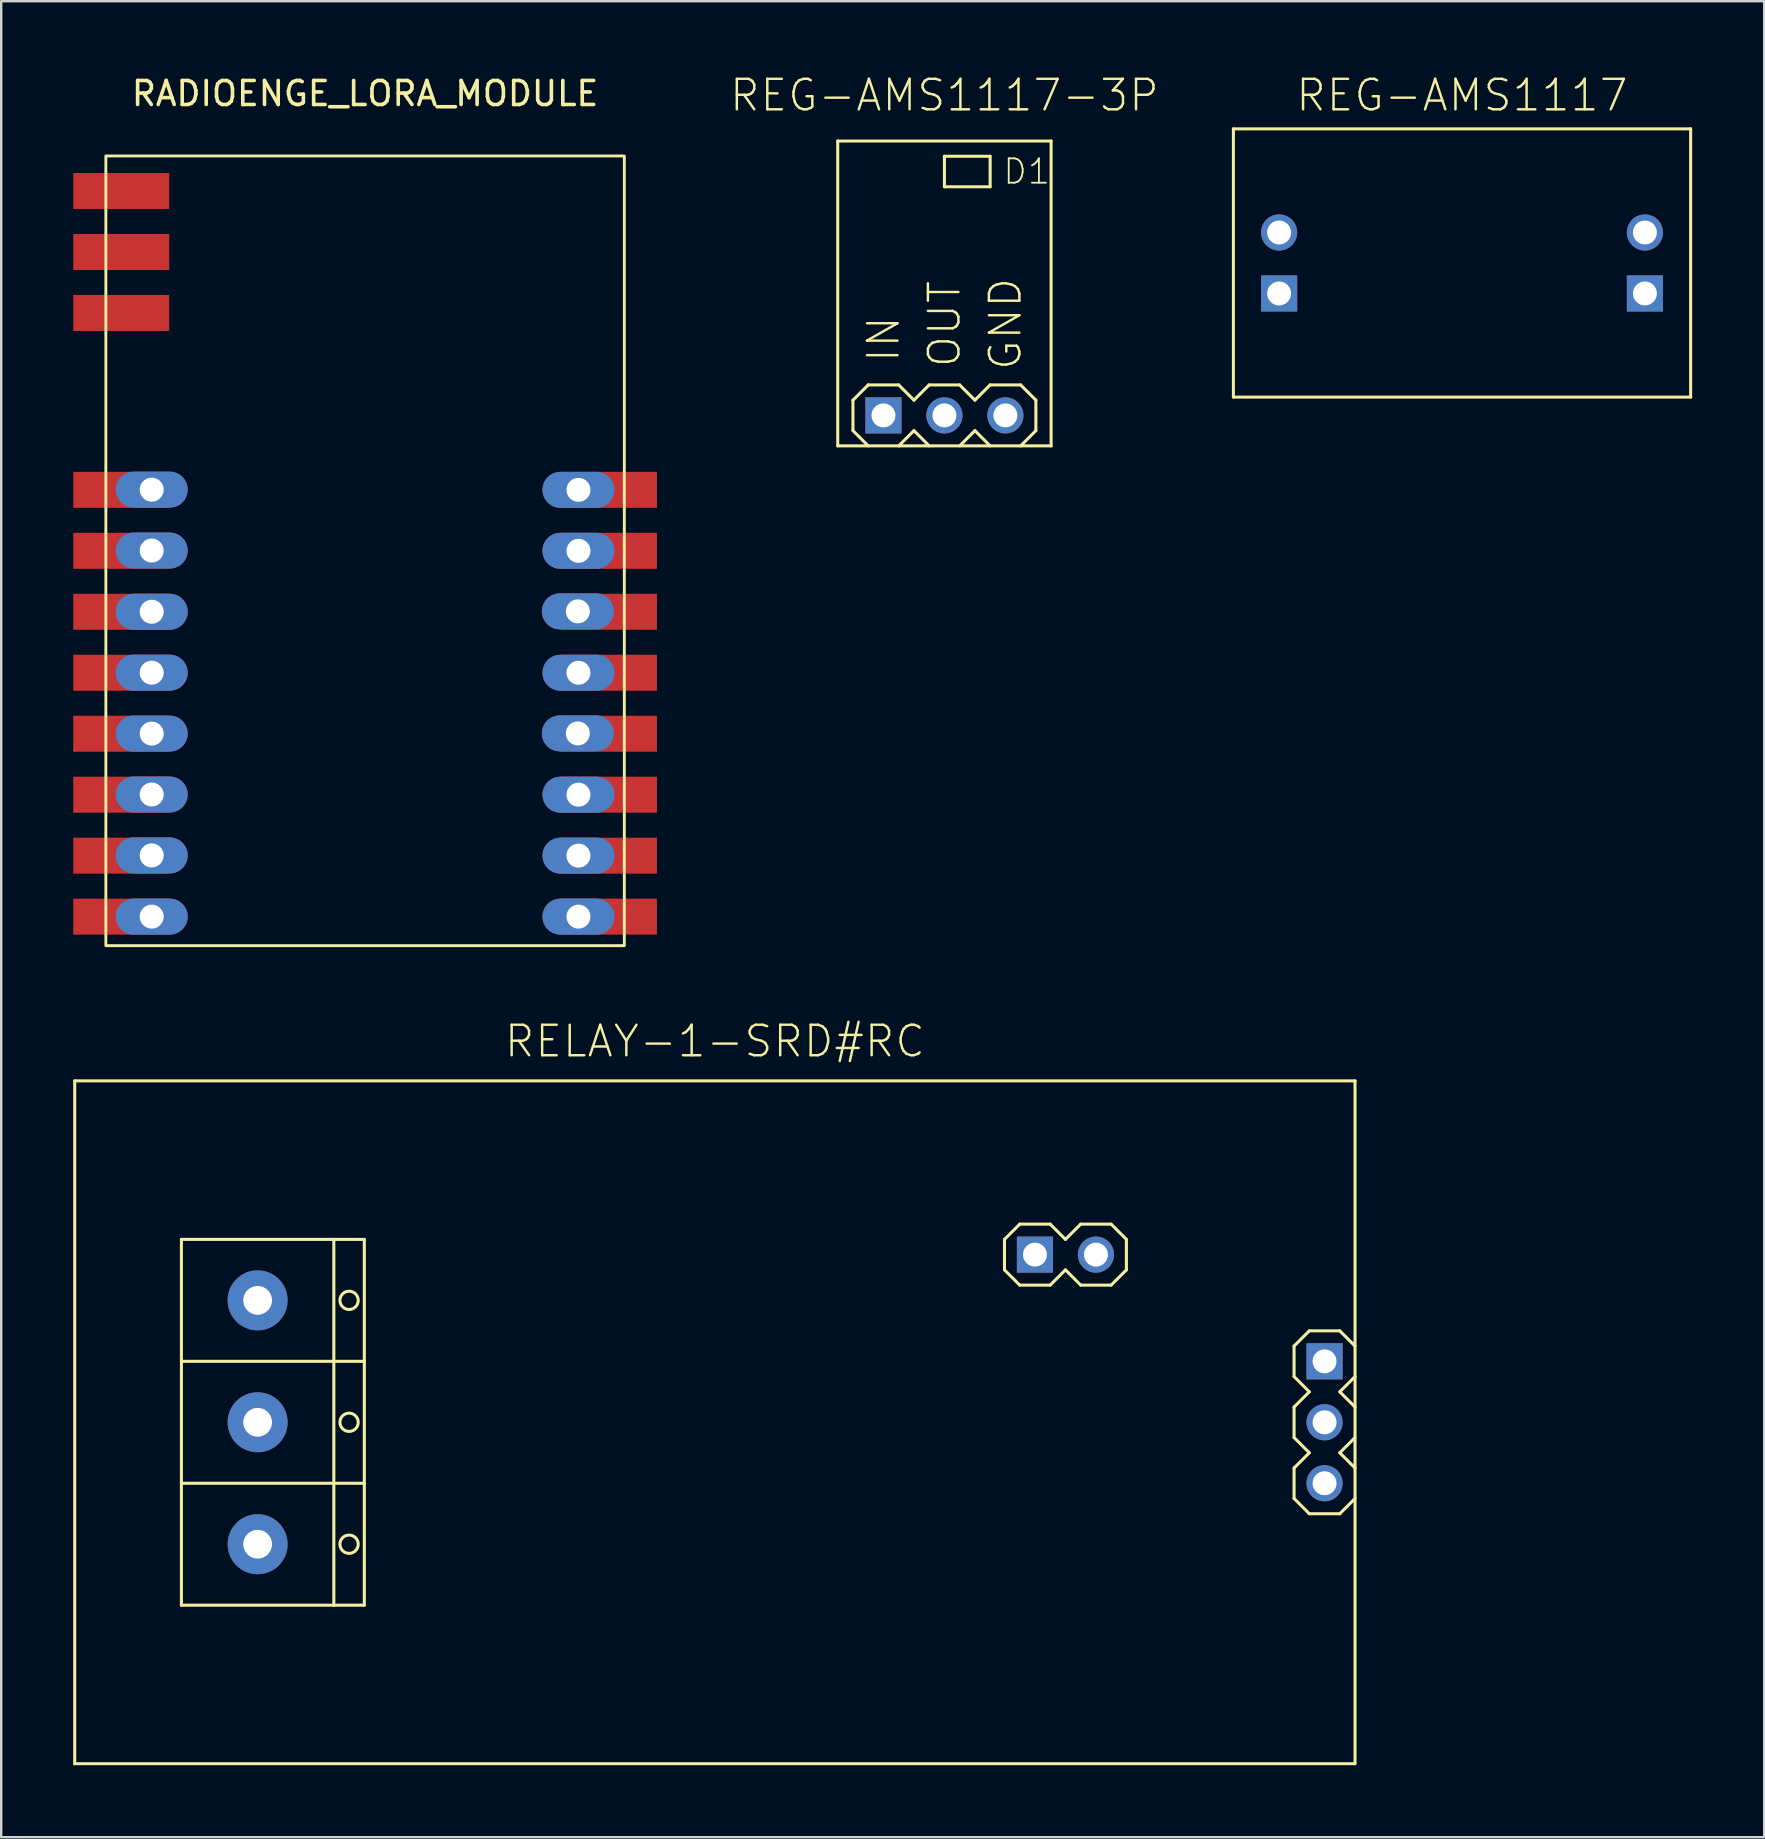
<source format=kicad_pcb>
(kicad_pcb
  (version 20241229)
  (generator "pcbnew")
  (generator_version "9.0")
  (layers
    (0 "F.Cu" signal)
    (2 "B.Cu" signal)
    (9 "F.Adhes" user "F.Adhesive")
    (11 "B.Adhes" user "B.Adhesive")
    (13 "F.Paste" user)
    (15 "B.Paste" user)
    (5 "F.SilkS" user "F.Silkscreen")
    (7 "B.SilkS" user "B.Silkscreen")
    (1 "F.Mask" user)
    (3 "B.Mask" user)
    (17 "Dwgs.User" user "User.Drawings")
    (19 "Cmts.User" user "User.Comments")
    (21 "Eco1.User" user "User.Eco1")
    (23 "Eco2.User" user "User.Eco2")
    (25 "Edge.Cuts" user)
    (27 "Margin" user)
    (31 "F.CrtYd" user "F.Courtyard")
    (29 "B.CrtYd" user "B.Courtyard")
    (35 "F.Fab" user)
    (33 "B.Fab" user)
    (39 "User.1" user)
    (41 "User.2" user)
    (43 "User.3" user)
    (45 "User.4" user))
  (footprint "RADIOENGE_LORA_MODULE"
    (layer "F.Cu")
    (at 12.16 19.898)
    (property "Reference" "RADIOENGE_LORA_MODULE" (at 0 -19.05 0) (unlocked yes) (layer "F.SilkS") (effects (font (size 1 1) (thickness 0.15))))
    (attr smd)
    (fp_rect (start -10.8 -16.45) (end 10.8 16.45) (stroke (width 0.12) (type solid)) (fill no) (layer "F.SilkS"))
    (pad "1" thru_hole oval (at 8.89 15.24) (size 3 1.5) (drill 1) (layers "*.Cu" "*.Mask"))
    (pad "1" smd rect (at 10.16 15.24) (size 4 1.5) (layers "F.Cu" "F.Mask" "F.Paste"))
    (pad "2" thru_hole oval (at 8.89 12.7) (size 3 1.5) (drill 1) (layers "*.Cu" "*.Mask"))
    (pad "2" smd rect (at 10.16 12.7) (size 4 1.5) (layers "F.Cu" "F.Mask" "F.Paste"))
    (pad "3" thru_hole oval (at 8.89 10.16) (size 3 1.5) (drill 1) (layers "*.Cu" "*.Mask"))
    (pad "3" smd rect (at 10.16 10.16) (size 4 1.5) (layers "F.Cu" "F.Mask" "F.Paste"))
    (pad "4" thru_hole oval (at 8.864 7.606) (size 3 1.5) (drill 1) (layers "*.Cu" "*.Mask"))
    (pad "4" smd rect (at 10.16 7.62) (size 4 1.5) (layers "F.Cu" "F.Mask" "F.Paste"))
    (pad "5" thru_hole oval (at 8.89 5.08) (size 3 1.5) (drill 1) (layers "*.Cu" "*.Mask"))
    (pad "5" smd rect (at 10.16 5.08) (size 4 1.5) (layers "F.Cu" "F.Mask" "F.Paste"))
    (pad "6" thru_hole oval (at 8.864 2.522) (size 3 1.5) (drill 1) (layers "*.Cu" "*.Mask"))
    (pad "6" smd rect (at 10.16 2.54) (size 4 1.5) (layers "F.Cu" "F.Mask" "F.Paste"))
    (pad "7" thru_hole oval (at 8.89 0) (size 3 1.5) (drill 1) (layers "*.Cu" "*.Mask"))
    (pad "7" smd rect (at 10.16 0) (size 4 1.5) (layers "F.Cu" "F.Mask" "F.Paste"))
    (pad "8" thru_hole oval (at 8.89 -2.54) (size 3 1.5) (drill 1) (layers "*.Cu" "*.Mask"))
    (pad "8" smd rect (at 10.16 -2.54) (size 4 1.5) (layers "F.Cu" "F.Mask" "F.Paste"))
    (pad "9" smd rect (at -10.16 15.24) (size 4 1.5) (layers "F.Cu" "F.Mask" "F.Paste"))
    (pad "9" thru_hole oval (at -8.89 15.24) (size 3 1.5) (drill 1) (layers "*.Cu" "*.Mask"))
    (pad "10" smd rect (at -10.16 12.7) (size 4 1.5) (layers "F.Cu" "F.Mask" "F.Paste"))
    (pad "10" thru_hole oval (at -8.89 12.691) (size 3 1.5) (drill 1) (layers "*.Cu" "*.Mask"))
    (pad "11" smd rect (at -10.16 10.16) (size 4 1.5) (layers "F.Cu" "F.Mask" "F.Paste"))
    (pad "11" thru_hole oval (at -8.89 10.153) (size 3 1.5) (drill 1) (layers "*.Cu" "*.Mask"))
    (pad "12" smd rect (at -10.16 7.62) (size 4 1.5) (layers "F.Cu" "F.Mask" "F.Paste"))
    (pad "12" thru_hole oval (at -8.89 7.615) (size 3 1.5) (drill 1) (layers "*.Cu" "*.Mask"))
    (pad "13" smd rect (at -10.16 5.08) (size 4 1.5) (layers "F.Cu" "F.Mask" "F.Paste"))
    (pad "13" thru_hole oval (at -8.89 5.077) (size 3 1.5) (drill 1) (layers "*.Cu" "*.Mask"))
    (pad "14" smd rect (at -10.16 2.54) (size 4 1.5) (layers "F.Cu" "F.Mask" "F.Paste"))
    (pad "14" thru_hole oval (at -8.89 2.539) (size 3 1.5) (drill 1) (layers "*.Cu" "*.Mask"))
    (pad "15" smd rect (at -10.16 0) (size 4 1.5) (layers "F.Cu" "F.Mask" "F.Paste"))
    (pad "15" thru_hole oval (at -8.89 -0.011) (size 3 1.5) (drill 1) (layers "*.Cu" "*.Mask"))
    (pad "16" smd rect (at -10.16 -2.54) (size 4 1.5) (layers "F.Cu" "F.Mask" "F.Paste"))
    (pad "16" thru_hole oval (at -8.89 -2.548) (size 3 1.5) (drill 1) (layers "*.Cu" "*.Mask"))
    (pad "17" smd rect (at -10.16 -14.99) (size 4 1.5) (layers "F.Cu" "F.Mask" "F.Paste"))
    (pad "18" smd rect (at -10.16 -12.45) (size 4 1.5) (layers "F.Cu" "F.Mask" "F.Paste"))
    (pad "19" smd rect (at -10.16 -9.91) (size 4 1.5) (layers "F.Cu" "F.Mask" "F.Paste"))
    (zone (net_name "") (layers "F.Cu" "B.Cu") (hatch edge 0.508) (connect_pads) (min_thickness 0.254) (filled_areas_thickness no) (keepout (tracks not_allowed) (vias not_allowed) (pads not_allowed) (copperpour not_allowed) (footprints not_allowed)) (placement (enabled no)) (fill) (polygon (pts (xy 17.16 10.898) (xy 10.16 10.898) (xy 10.16 3.448) (xy 17.26 3.398)))))
  (footprint "RELAY-1-SRD#RC"
    (layer "F.Cu")
    (at 26.733 56.205)
    (property "Reference" "RELAY-1-SRD#RC" (at 0 -15.875 0) (layer "F.SilkS") (effects (font (size 1.27 1.27) (thickness 0.102))))
    (attr exclude_from_pos_files exclude_from_bom)
    (fp_line (start -26.67 -14.224) (end 26.67 -14.224) (stroke (width 0.127) (type solid)) (layer "F.SilkS"))
    (fp_line (start -26.67 14.224) (end -26.67 -14.224) (stroke (width 0.127) (type solid)) (layer "F.SilkS"))
    (fp_line (start -22.225 -7.62) (end -15.875 -7.62) (stroke (width 0.127) (type solid)) (layer "F.SilkS"))
    (fp_line (start -22.225 -2.54) (end -22.225 -7.62) (stroke (width 0.127) (type solid)) (layer "F.SilkS"))
    (fp_line (start -22.225 2.54) (end -22.225 -2.54) (stroke (width 0.127) (type solid)) (layer "F.SilkS"))
    (fp_line (start -22.225 2.54) (end -22.225 7.62) (stroke (width 0.127) (type solid)) (layer "F.SilkS"))
    (fp_line (start -22.225 7.62) (end -15.875 7.62) (stroke (width 0.127) (type solid)) (layer "F.SilkS"))
    (fp_line (start -15.875 -7.62) (end -15.875 7.62) (stroke (width 0.127) (type solid)) (layer "F.SilkS"))
    (fp_line (start -15.875 -7.62) (end -14.605 -7.62) (stroke (width 0.127) (type solid)) (layer "F.SilkS"))
    (fp_line (start -15.875 7.62) (end -14.605 7.62) (stroke (width 0.127) (type solid)) (layer "F.SilkS"))
    (fp_line (start -14.605 -7.62) (end -14.605 -2.54) (stroke (width 0.127) (type solid)) (layer "F.SilkS"))
    (fp_line (start -14.605 -2.54) (end -22.225 -2.54) (stroke (width 0.127) (type solid)) (layer "F.SilkS"))
    (fp_line (start -14.605 -2.54) (end -14.605 2.54) (stroke (width 0.127) (type solid)) (layer "F.SilkS"))
    (fp_line (start -14.605 2.54) (end -22.225 2.54) (stroke (width 0.127) (type solid)) (layer "F.SilkS"))
    (fp_line (start -14.605 7.62) (end -14.605 2.54) (stroke (width 0.127) (type solid)) (layer "F.SilkS"))
    (fp_line (start 12.065 -7.62) (end 12.7 -8.255) (stroke (width 0.127) (type solid)) (layer "F.SilkS"))
    (fp_line (start 12.065 -6.35) (end 12.065 -7.62) (stroke (width 0.127) (type solid)) (layer "F.SilkS"))
    (fp_line (start 12.7 -8.255) (end 13.97 -8.255) (stroke (width 0.127) (type solid)) (layer "F.SilkS"))
    (fp_line (start 12.7 -5.715) (end 12.065 -6.35) (stroke (width 0.127) (type solid)) (layer "F.SilkS"))
    (fp_line (start 13.97 -8.255) (end 14.605 -7.62) (stroke (width 0.127) (type solid)) (layer "F.SilkS"))
    (fp_line (start 13.97 -5.715) (end 12.7 -5.715) (stroke (width 0.127) (type solid)) (layer "F.SilkS"))
    (fp_line (start 14.605 -7.62) (end 15.24 -8.255) (stroke (width 0.127) (type solid)) (layer "F.SilkS"))
    (fp_line (start 14.605 -6.35) (end 13.97 -5.715) (stroke (width 0.127) (type solid)) (layer "F.SilkS"))
    (fp_line (start 15.24 -8.255) (end 16.51 -8.255) (stroke (width 0.127) (type solid)) (layer "F.SilkS"))
    (fp_line (start 15.24 -5.715) (end 14.605 -6.35) (stroke (width 0.127) (type solid)) (layer "F.SilkS"))
    (fp_line (start 16.51 -8.255) (end 17.145 -7.62) (stroke (width 0.127) (type solid)) (layer "F.SilkS"))
    (fp_line (start 16.51 -5.715) (end 15.24 -5.715) (stroke (width 0.127) (type solid)) (layer "F.SilkS"))
    (fp_line (start 17.145 -7.62) (end 17.145 -6.35) (stroke (width 0.127) (type solid)) (layer "F.SilkS"))
    (fp_line (start 17.145 -6.35) (end 16.51 -5.715) (stroke (width 0.127) (type solid)) (layer "F.SilkS"))
    (fp_line (start 24.13 -3.175) (end 24.765 -3.81) (stroke (width 0.127) (type solid)) (layer "F.SilkS"))
    (fp_line (start 24.13 -1.905) (end 24.13 -3.175) (stroke (width 0.127) (type solid)) (layer "F.SilkS"))
    (fp_line (start 24.13 -0.635) (end 24.765 -1.27) (stroke (width 0.127) (type solid)) (layer "F.SilkS"))
    (fp_line (start 24.13 0.635) (end 24.13 -0.635) (stroke (width 0.127) (type solid)) (layer "F.SilkS"))
    (fp_line (start 24.13 1.905) (end 24.765 1.27) (stroke (width 0.127) (type solid)) (layer "F.SilkS"))
    (fp_line (start 24.13 3.175) (end 24.13 1.905) (stroke (width 0.127) (type solid)) (layer "F.SilkS"))
    (fp_line (start 24.765 -3.81) (end 26.035 -3.81) (stroke (width 0.127) (type solid)) (layer "F.SilkS"))
    (fp_line (start 24.765 -1.27) (end 24.13 -1.905) (stroke (width 0.127) (type solid)) (layer "F.SilkS"))
    (fp_line (start 24.765 1.27) (end 24.13 0.635) (stroke (width 0.127) (type solid)) (layer "F.SilkS"))
    (fp_line (start 24.765 3.81) (end 24.13 3.175) (stroke (width 0.127) (type solid)) (layer "F.SilkS"))
    (fp_line (start 26.035 -3.81) (end 26.67 -3.175) (stroke (width 0.127) (type solid)) (layer "F.SilkS"))
    (fp_line (start 26.035 -1.27) (end 26.67 -0.635) (stroke (width 0.127) (type solid)) (layer "F.SilkS"))
    (fp_line (start 26.035 1.27) (end 26.67 1.905) (stroke (width 0.127) (type solid)) (layer "F.SilkS"))
    (fp_line (start 26.035 3.81) (end 24.765 3.81) (stroke (width 0.127) (type solid)) (layer "F.SilkS"))
    (fp_line (start 26.67 -14.224) (end 26.67 14.224) (stroke (width 0.127) (type solid)) (layer "F.SilkS"))
    (fp_line (start 26.67 -1.905) (end 26.035 -1.27) (stroke (width 0.127) (type solid)) (layer "F.SilkS"))
    (fp_line (start 26.67 0.635) (end 26.035 1.27) (stroke (width 0.127) (type solid)) (layer "F.SilkS"))
    (fp_line (start 26.67 3.175) (end 26.035 3.81) (stroke (width 0.127) (type solid)) (layer "F.SilkS"))
    (fp_line (start 26.67 14.224) (end -26.67 14.224) (stroke (width 0.127) (type solid)) (layer "F.SilkS"))
    (fp_circle (center -15.24 -5.08) (end -15.24 -5.461) (stroke (width 0.127) (type solid)) (fill no) (layer "F.SilkS"))
    (fp_circle (center -15.24 0) (end -15.24 -0.381) (stroke (width 0.127) (type solid)) (fill no) (layer "F.SilkS"))
    (fp_circle (center -15.24 5.08) (end -15.24 4.699) (stroke (width 0.127) (type solid)) (fill no) (layer "F.SilkS"))
    (pad "J1.1" thru_hole rect (at 25.4 -2.54) (size 1.506 1.506) (drill 0.998) (layers "*.Cu" "*.Paste" "*.Mask"))
    (pad "J1.2" thru_hole circle (at 25.4 0) (size 1.506 1.506) (drill 0.998) (layers "*.Cu" "*.Paste" "*.Mask"))
    (pad "J1.3" thru_hole circle (at 25.4 2.54) (size 1.506 1.506) (drill 0.998) (layers "*.Cu" "*.Paste" "*.Mask"))
    (pad "J2.1" thru_hole rect (at 13.335 -6.985) (size 1.506 1.506) (drill 0.998) (layers "*.Cu" "*.Paste" "*.Mask"))
    (pad "J2.2" thru_hole circle (at 15.875 -6.985) (size 1.506 1.506) (drill 0.998) (layers "*.Cu" "*.Paste" "*.Mask"))
    (pad "P1.1" thru_hole circle (at -19.05 -5.08) (size 2.499 2.499) (drill 1.199) (layers "*.Cu" "*.Paste" "*.Mask"))
    (pad "P1.2" thru_hole circle (at -19.05 0) (size 2.499 2.499) (drill 1.199) (layers "*.Cu" "*.Paste" "*.Mask"))
    (pad "P1.3" thru_hole circle (at -19.05 5.08) (size 2.499 2.499) (drill 1.199) (layers "*.Cu" "*.Paste" "*.Mask")))
  (footprint "REG-AMS1117"
    (layer "F.Cu")
    (at 57.86 7.906)
    (property "Reference" "REG-AMS1117" (at 0 -6.985 0) (layer "F.SilkS") (effects (font (size 1.27 1.27) (thickness 0.102))))
    (attr exclude_from_pos_files exclude_from_bom)
    (fp_line (start -9.525 -5.588) (end 9.525 -5.588) (stroke (width 0.127) (type solid)) (layer "F.SilkS"))
    (fp_line (start -9.525 5.588) (end -9.525 -5.588) (stroke (width 0.127) (type solid)) (layer "F.SilkS"))
    (fp_line (start 9.525 -5.588) (end 9.525 5.588) (stroke (width 0.127) (type solid)) (layer "F.SilkS"))
    (fp_line (start 9.525 5.588) (end -9.525 5.588) (stroke (width 0.127) (type solid)) (layer "F.SilkS"))
    (pad "J1.1" thru_hole rect (at -7.62 1.27) (size 1.506 1.506) (drill 0.998) (layers "*.Cu" "*.Paste" "*.Mask"))
    (pad "J1.2" thru_hole circle (at -7.62 -1.27) (size 1.506 1.506) (drill 0.998) (layers "*.Cu" "*.Paste" "*.Mask"))
    (pad "J2.1" thru_hole rect (at 7.62 1.27) (size 1.506 1.506) (drill 0.998) (layers "*.Cu" "*.Paste" "*.Mask"))
    (pad "J2.2" thru_hole circle (at 7.62 -1.27) (size 1.506 1.506) (drill 0.998) (layers "*.Cu" "*.Paste" "*.Mask")))
  (footprint "REG-AMS1117-3P"
    (layer "F.Cu")
    (at 36.296 9.176)
    (property "Reference" "REG-AMS1117-3P" (at 0 -8.255 0) (layer "F.SilkS") (effects (font (size 1.27 1.27) (thickness 0.102))))
    (attr exclude_from_pos_files exclude_from_bom)
    (fp_line (start -4.445 -6.35) (end -4.445 6.35) (stroke (width 0.127) (type solid)) (layer "F.SilkS"))
    (fp_line (start -4.445 6.35) (end 4.445 6.35) (stroke (width 0.127) (type solid)) (layer "F.SilkS"))
    (fp_line (start -3.81 4.445) (end -3.175 3.81) (stroke (width 0.127) (type solid)) (layer "F.SilkS"))
    (fp_line (start -3.81 5.715) (end -3.81 4.445) (stroke (width 0.127) (type solid)) (layer "F.SilkS"))
    (fp_line (start -3.175 3.81) (end -1.905 3.81) (stroke (width 0.127) (type solid)) (layer "F.SilkS"))
    (fp_line (start -3.175 6.35) (end -3.81 5.715) (stroke (width 0.127) (type solid)) (layer "F.SilkS"))
    (fp_line (start -1.905 3.81) (end -1.27 4.445) (stroke (width 0.127) (type solid)) (layer "F.SilkS"))
    (fp_line (start -1.27 4.445) (end -0.635 3.81) (stroke (width 0.127) (type solid)) (layer "F.SilkS"))
    (fp_line (start -1.27 5.715) (end -1.905 6.35) (stroke (width 0.127) (type solid)) (layer "F.SilkS"))
    (fp_line (start -0.635 3.81) (end 0.635 3.81) (stroke (width 0.127) (type solid)) (layer "F.SilkS"))
    (fp_line (start -0.635 6.35) (end -1.27 5.715) (stroke (width 0.127) (type solid)) (layer "F.SilkS"))
    (fp_line (start 0 -5.715) (end 1.905 -5.715) (stroke (width 0.127) (type solid)) (layer "F.SilkS"))
    (fp_line (start 0 -4.445) (end 0 -5.715) (stroke (width 0.127) (type solid)) (layer "F.SilkS"))
    (fp_line (start 0.635 3.81) (end 1.27 4.445) (stroke (width 0.127) (type solid)) (layer "F.SilkS"))
    (fp_line (start 1.27 4.445) (end 1.905 3.81) (stroke (width 0.127) (type solid)) (layer "F.SilkS"))
    (fp_line (start 1.27 5.715) (end 0.635 6.35) (stroke (width 0.127) (type solid)) (layer "F.SilkS"))
    (fp_line (start 1.905 -5.715) (end 1.905 -4.445) (stroke (width 0.127) (type solid)) (layer "F.SilkS"))
    (fp_line (start 1.905 -4.445) (end 0 -4.445) (stroke (width 0.127) (type solid)) (layer "F.SilkS"))
    (fp_line (start 1.905 3.81) (end 3.175 3.81) (stroke (width 0.127) (type solid)) (layer "F.SilkS"))
    (fp_line (start 1.905 6.35) (end 1.27 5.715) (stroke (width 0.127) (type solid)) (layer "F.SilkS"))
    (fp_line (start 3.81 4.445) (end 3.175 3.81) (stroke (width 0.127) (type solid)) (layer "F.SilkS"))
    (fp_line (start 3.81 5.715) (end 3.175 6.35) (stroke (width 0.127) (type solid)) (layer "F.SilkS"))
    (fp_line (start 3.81 5.715) (end 3.81 4.445) (stroke (width 0.127) (type solid)) (layer "F.SilkS"))
    (fp_line (start 4.445 -6.35) (end -4.445 -6.35) (stroke (width 0.127) (type solid)) (layer "F.SilkS"))
    (fp_line (start 4.445 6.35) (end 4.445 -6.35) (stroke (width 0.127) (type solid)) (layer "F.SilkS"))
    (fp_text user "GND" (at 2.54 1.27 90) (layer "F.SilkS") (effects (font (size 1.27 1.27) (thickness 0.102))))
    (fp_text user "IN" (at -2.54 1.905 90) (layer "F.SilkS") (effects (font (size 1.27 1.27) (thickness 0.102))))
    (fp_text user "OUT" (at 0 1.27 90) (layer "F.SilkS") (effects (font (size 1.27 1.27) (thickness 0.102))))
    (fp_text user "D1" (at 3.429 -5.08 0) (layer "F.SilkS") (effects (font (size 1.016 1.016) (thickness 0.076))))
    (pad "1" thru_hole rect (at -2.54 5.08) (size 1.506 1.506) (drill 0.998) (layers "*.Cu" "*.Paste" "*.Mask"))
    (pad "2" thru_hole circle (at 0 5.08) (size 1.506 1.506) (drill 0.998) (layers "*.Cu" "*.Paste" "*.Mask"))
    (pad "3" thru_hole circle (at 2.54 5.08) (size 1.506 1.506) (drill 0.998) (layers "*.Cu" "*.Paste" "*.Mask")))
  (gr_rect
    (start -3 -3)
    (end 70.449 73.492)
    (stroke (width 0.1) (type default))
    (fill no)
    (layer "Edge.Cuts")))
</source>
